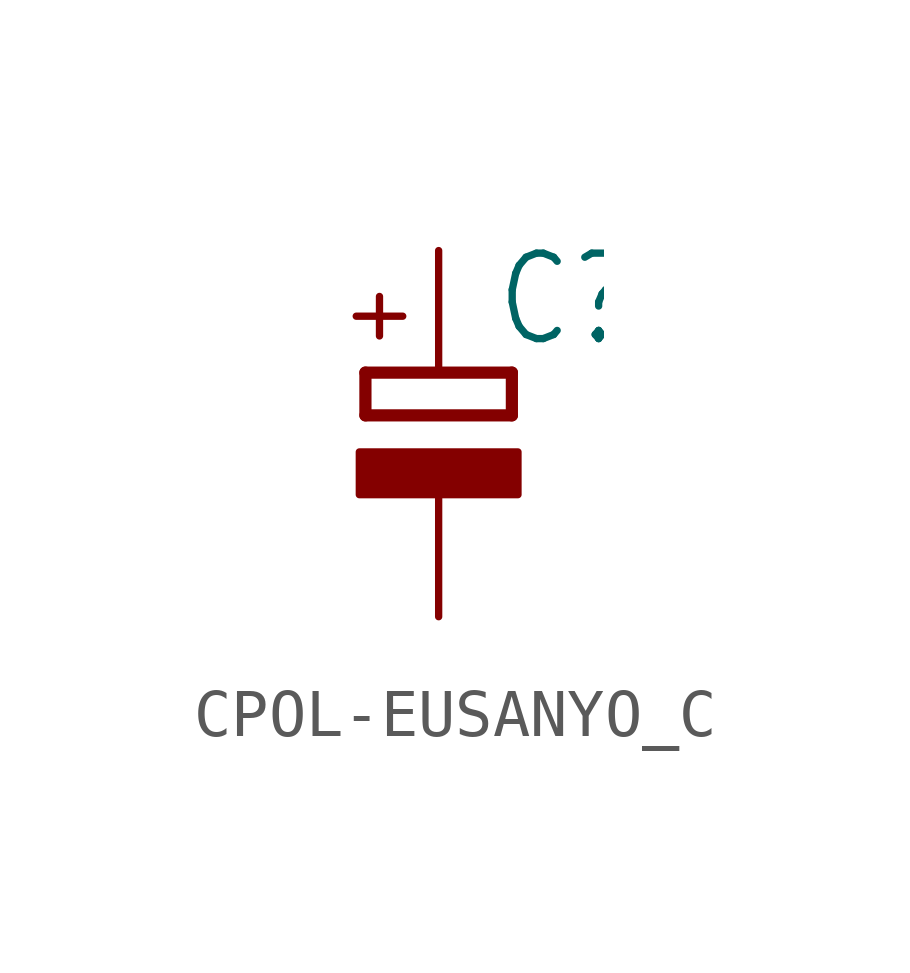
<source format=kicad_sym>
(kicad_symbol_lib
  (version 20241209)
  (generator "kicad_symbol_editor")
  (generator_version "9.0")
  (symbol "CPOL-EUSANYO_C"
    (property "Reference" "C"
      (at 1.143 0.483 0)
      (effects (font (size 1.778 1.511)) (justify left bottom)))
    (property "Value" ""
      (at 1.143 -4.597 0)
      (effects (font (size 1.778 1.511)) (justify left bottom)))
    (property "ki_locked" ""
      (at 0 0 0)
      (effects (font (size 1.27 1.27))))
    (symbol "CPOL-EUSANYO_C_1_0"
      (rectangle (start -1.651 -2.54) (end 1.651 -1.651) (stroke (width 0) (type default)) (fill (type outline)))
      (polyline (pts (xy -1.524 0) (xy -1.524 -0.889)) (stroke (width 0.254) (type solid)) (fill (type none)))
      (polyline (pts (xy -1.524 0) (xy 1.524 0)) (stroke (width 0.254) (type solid)) (fill (type none)))
      (polyline (pts (xy -1.524 -0.889) (xy 1.524 -0.889)) (stroke (width 0.254) (type solid)) (fill (type none)))
      (polyline (pts (xy 1.524 -0.889) (xy 1.524 0)) (stroke (width 0.254) (type solid)) (fill (type none)))
      (text "+" (at -0.584 0.406 900) (effects (font (size 1.27 1.079)) (justify left bottom)))
      (pin passive line (at 0 2.54 270) (length 2.54) (name "+" (effects (font (size 0 0)))) (number "+" (effects (font (size 0 0)))))
      (pin passive line (at 0 -5.08 90) (length 2.54) (name "-" (effects (font (size 0 0)))) (number "-" (effects (font (size 0 0))))))))
</source>
